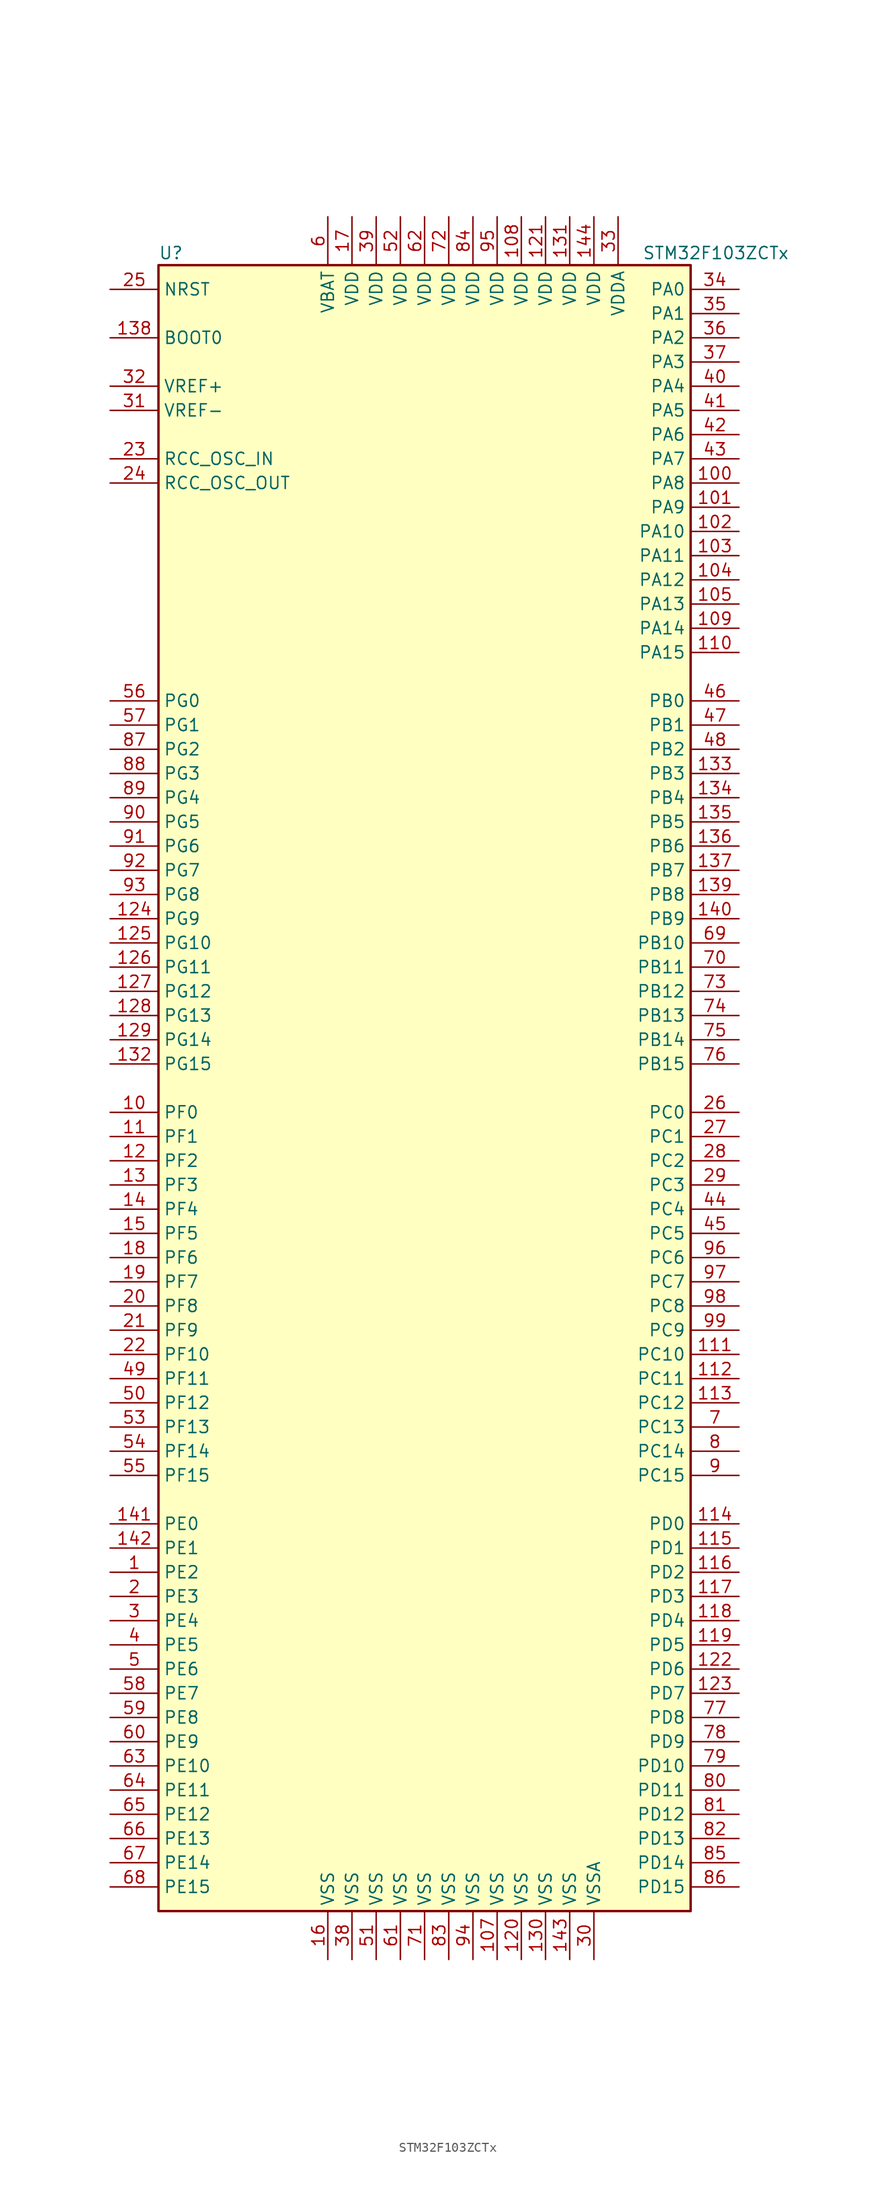
<source format=kicad_sym>
(kicad_symbol_lib
  (version 20201005)
  (generator kicad_symbol_editor)
  (symbol "STM32F103ZCTx"
    (property "Reference" "U"
      (at -27.94 87.63 0)
      (effects (font (size 1.27 1.27)) (justify left)))
    (property "Value" "STM32F103ZCTx"
      (at 22.86 87.63 0)
      (effects (font (size 1.27 1.27)) (justify left)))
    (symbol "STM32F103ZCTx_0_1"
      (rectangle (start -27.94 -86.36) (end 27.94 86.36) (stroke (width 0.254)) (fill (type background))))
    (symbol "STM32F103ZCTx_1_1"
      (pin input line (at -33.02 78.74 0) (length 5.08) (name "BOOT0" (effects (font (size 1.27 1.27)))) (number "138" (effects (font (size 1.27 1.27)))))
      (pin no_connect line (at -27.94 -83.82 0) (length 5.08) hide (name "NC" (effects (font (size 1.27 1.27)))) (number "106" (effects (font (size 1.27 1.27)))))
      (pin input line (at -33.02 83.82 0) (length 5.08) (name "NRST" (effects (font (size 1.27 1.27)))) (number "25" (effects (font (size 1.27 1.27)))))
      (pin bidirectional line (at 33.02 83.82 180) (length 5.08) (name "PA0" (effects (font (size 1.27 1.27)))) (number "34" (effects (font (size 1.27 1.27)))))
      (pin bidirectional line (at 33.02 81.28 180) (length 5.08) (name "PA1" (effects (font (size 1.27 1.27)))) (number "35" (effects (font (size 1.27 1.27)))))
      (pin bidirectional line (at 33.02 58.42 180) (length 5.08) (name "PA10" (effects (font (size 1.27 1.27)))) (number "102" (effects (font (size 1.27 1.27)))))
      (pin bidirectional line (at 33.02 55.88 180) (length 5.08) (name "PA11" (effects (font (size 1.27 1.27)))) (number "103" (effects (font (size 1.27 1.27)))))
      (pin bidirectional line (at 33.02 53.34 180) (length 5.08) (name "PA12" (effects (font (size 1.27 1.27)))) (number "104" (effects (font (size 1.27 1.27)))))
      (pin bidirectional line (at 33.02 50.8 180) (length 5.08) (name "PA13" (effects (font (size 1.27 1.27)))) (number "105" (effects (font (size 1.27 1.27)))))
      (pin bidirectional line (at 33.02 48.26 180) (length 5.08) (name "PA14" (effects (font (size 1.27 1.27)))) (number "109" (effects (font (size 1.27 1.27)))))
      (pin bidirectional line (at 33.02 45.72 180) (length 5.08) (name "PA15" (effects (font (size 1.27 1.27)))) (number "110" (effects (font (size 1.27 1.27)))))
      (pin bidirectional line (at 33.02 78.74 180) (length 5.08) (name "PA2" (effects (font (size 1.27 1.27)))) (number "36" (effects (font (size 1.27 1.27)))))
      (pin bidirectional line (at 33.02 76.2 180) (length 5.08) (name "PA3" (effects (font (size 1.27 1.27)))) (number "37" (effects (font (size 1.27 1.27)))))
      (pin bidirectional line (at 33.02 73.66 180) (length 5.08) (name "PA4" (effects (font (size 1.27 1.27)))) (number "40" (effects (font (size 1.27 1.27)))))
      (pin bidirectional line (at 33.02 71.12 180) (length 5.08) (name "PA5" (effects (font (size 1.27 1.27)))) (number "41" (effects (font (size 1.27 1.27)))))
      (pin bidirectional line (at 33.02 68.58 180) (length 5.08) (name "PA6" (effects (font (size 1.27 1.27)))) (number "42" (effects (font (size 1.27 1.27)))))
      (pin bidirectional line (at 33.02 66.04 180) (length 5.08) (name "PA7" (effects (font (size 1.27 1.27)))) (number "43" (effects (font (size 1.27 1.27)))))
      (pin bidirectional line (at 33.02 63.5 180) (length 5.08) (name "PA8" (effects (font (size 1.27 1.27)))) (number "100" (effects (font (size 1.27 1.27)))))
      (pin bidirectional line (at 33.02 60.96 180) (length 5.08) (name "PA9" (effects (font (size 1.27 1.27)))) (number "101" (effects (font (size 1.27 1.27)))))
      (pin bidirectional line (at 33.02 40.64 180) (length 5.08) (name "PB0" (effects (font (size 1.27 1.27)))) (number "46" (effects (font (size 1.27 1.27)))))
      (pin bidirectional line (at 33.02 38.1 180) (length 5.08) (name "PB1" (effects (font (size 1.27 1.27)))) (number "47" (effects (font (size 1.27 1.27)))))
      (pin bidirectional line (at 33.02 15.24 180) (length 5.08) (name "PB10" (effects (font (size 1.27 1.27)))) (number "69" (effects (font (size 1.27 1.27)))))
      (pin bidirectional line (at 33.02 12.7 180) (length 5.08) (name "PB11" (effects (font (size 1.27 1.27)))) (number "70" (effects (font (size 1.27 1.27)))))
      (pin bidirectional line (at 33.02 10.16 180) (length 5.08) (name "PB12" (effects (font (size 1.27 1.27)))) (number "73" (effects (font (size 1.27 1.27)))))
      (pin bidirectional line (at 33.02 7.62 180) (length 5.08) (name "PB13" (effects (font (size 1.27 1.27)))) (number "74" (effects (font (size 1.27 1.27)))))
      (pin bidirectional line (at 33.02 5.08 180) (length 5.08) (name "PB14" (effects (font (size 1.27 1.27)))) (number "75" (effects (font (size 1.27 1.27)))))
      (pin bidirectional line (at 33.02 2.54 180) (length 5.08) (name "PB15" (effects (font (size 1.27 1.27)))) (number "76" (effects (font (size 1.27 1.27)))))
      (pin bidirectional line (at 33.02 35.56 180) (length 5.08) (name "PB2" (effects (font (size 1.27 1.27)))) (number "48" (effects (font (size 1.27 1.27)))))
      (pin bidirectional line (at 33.02 33.02 180) (length 5.08) (name "PB3" (effects (font (size 1.27 1.27)))) (number "133" (effects (font (size 1.27 1.27)))))
      (pin bidirectional line (at 33.02 30.48 180) (length 5.08) (name "PB4" (effects (font (size 1.27 1.27)))) (number "134" (effects (font (size 1.27 1.27)))))
      (pin bidirectional line (at 33.02 27.94 180) (length 5.08) (name "PB5" (effects (font (size 1.27 1.27)))) (number "135" (effects (font (size 1.27 1.27)))))
      (pin bidirectional line (at 33.02 25.4 180) (length 5.08) (name "PB6" (effects (font (size 1.27 1.27)))) (number "136" (effects (font (size 1.27 1.27)))))
      (pin bidirectional line (at 33.02 22.86 180) (length 5.08) (name "PB7" (effects (font (size 1.27 1.27)))) (number "137" (effects (font (size 1.27 1.27)))))
      (pin bidirectional line (at 33.02 20.32 180) (length 5.08) (name "PB8" (effects (font (size 1.27 1.27)))) (number "139" (effects (font (size 1.27 1.27)))))
      (pin bidirectional line (at 33.02 17.78 180) (length 5.08) (name "PB9" (effects (font (size 1.27 1.27)))) (number "140" (effects (font (size 1.27 1.27)))))
      (pin bidirectional line (at 33.02 -2.54 180) (length 5.08) (name "PC0" (effects (font (size 1.27 1.27)))) (number "26" (effects (font (size 1.27 1.27)))))
      (pin bidirectional line (at 33.02 -5.08 180) (length 5.08) (name "PC1" (effects (font (size 1.27 1.27)))) (number "27" (effects (font (size 1.27 1.27)))))
      (pin bidirectional line (at 33.02 -27.94 180) (length 5.08) (name "PC10" (effects (font (size 1.27 1.27)))) (number "111" (effects (font (size 1.27 1.27)))))
      (pin bidirectional line (at 33.02 -30.48 180) (length 5.08) (name "PC11" (effects (font (size 1.27 1.27)))) (number "112" (effects (font (size 1.27 1.27)))))
      (pin bidirectional line (at 33.02 -33.02 180) (length 5.08) (name "PC12" (effects (font (size 1.27 1.27)))) (number "113" (effects (font (size 1.27 1.27)))))
      (pin bidirectional line (at 33.02 -35.56 180) (length 5.08) (name "PC13" (effects (font (size 1.27 1.27)))) (number "7" (effects (font (size 1.27 1.27)))))
      (pin bidirectional line (at 33.02 -38.1 180) (length 5.08) (name "PC14" (effects (font (size 1.27 1.27)))) (number "8" (effects (font (size 1.27 1.27)))))
      (pin bidirectional line (at 33.02 -40.64 180) (length 5.08) (name "PC15" (effects (font (size 1.27 1.27)))) (number "9" (effects (font (size 1.27 1.27)))))
      (pin bidirectional line (at 33.02 -7.62 180) (length 5.08) (name "PC2" (effects (font (size 1.27 1.27)))) (number "28" (effects (font (size 1.27 1.27)))))
      (pin bidirectional line (at 33.02 -10.16 180) (length 5.08) (name "PC3" (effects (font (size 1.27 1.27)))) (number "29" (effects (font (size 1.27 1.27)))))
      (pin bidirectional line (at 33.02 -12.7 180) (length 5.08) (name "PC4" (effects (font (size 1.27 1.27)))) (number "44" (effects (font (size 1.27 1.27)))))
      (pin bidirectional line (at 33.02 -15.24 180) (length 5.08) (name "PC5" (effects (font (size 1.27 1.27)))) (number "45" (effects (font (size 1.27 1.27)))))
      (pin bidirectional line (at 33.02 -17.78 180) (length 5.08) (name "PC6" (effects (font (size 1.27 1.27)))) (number "96" (effects (font (size 1.27 1.27)))))
      (pin bidirectional line (at 33.02 -20.32 180) (length 5.08) (name "PC7" (effects (font (size 1.27 1.27)))) (number "97" (effects (font (size 1.27 1.27)))))
      (pin bidirectional line (at 33.02 -22.86 180) (length 5.08) (name "PC8" (effects (font (size 1.27 1.27)))) (number "98" (effects (font (size 1.27 1.27)))))
      (pin bidirectional line (at 33.02 -25.4 180) (length 5.08) (name "PC9" (effects (font (size 1.27 1.27)))) (number "99" (effects (font (size 1.27 1.27)))))
      (pin bidirectional line (at 33.02 -45.72 180) (length 5.08) (name "PD0" (effects (font (size 1.27 1.27)))) (number "114" (effects (font (size 1.27 1.27)))))
      (pin bidirectional line (at 33.02 -48.26 180) (length 5.08) (name "PD1" (effects (font (size 1.27 1.27)))) (number "115" (effects (font (size 1.27 1.27)))))
      (pin bidirectional line (at 33.02 -71.12 180) (length 5.08) (name "PD10" (effects (font (size 1.27 1.27)))) (number "79" (effects (font (size 1.27 1.27)))))
      (pin bidirectional line (at 33.02 -73.66 180) (length 5.08) (name "PD11" (effects (font (size 1.27 1.27)))) (number "80" (effects (font (size 1.27 1.27)))))
      (pin bidirectional line (at 33.02 -76.2 180) (length 5.08) (name "PD12" (effects (font (size 1.27 1.27)))) (number "81" (effects (font (size 1.27 1.27)))))
      (pin bidirectional line (at 33.02 -78.74 180) (length 5.08) (name "PD13" (effects (font (size 1.27 1.27)))) (number "82" (effects (font (size 1.27 1.27)))))
      (pin bidirectional line (at 33.02 -81.28 180) (length 5.08) (name "PD14" (effects (font (size 1.27 1.27)))) (number "85" (effects (font (size 1.27 1.27)))))
      (pin bidirectional line (at 33.02 -83.82 180) (length 5.08) (name "PD15" (effects (font (size 1.27 1.27)))) (number "86" (effects (font (size 1.27 1.27)))))
      (pin bidirectional line (at 33.02 -50.8 180) (length 5.08) (name "PD2" (effects (font (size 1.27 1.27)))) (number "116" (effects (font (size 1.27 1.27)))))
      (pin bidirectional line (at 33.02 -53.34 180) (length 5.08) (name "PD3" (effects (font (size 1.27 1.27)))) (number "117" (effects (font (size 1.27 1.27)))))
      (pin bidirectional line (at 33.02 -55.88 180) (length 5.08) (name "PD4" (effects (font (size 1.27 1.27)))) (number "118" (effects (font (size 1.27 1.27)))))
      (pin bidirectional line (at 33.02 -58.42 180) (length 5.08) (name "PD5" (effects (font (size 1.27 1.27)))) (number "119" (effects (font (size 1.27 1.27)))))
      (pin bidirectional line (at 33.02 -60.96 180) (length 5.08) (name "PD6" (effects (font (size 1.27 1.27)))) (number "122" (effects (font (size 1.27 1.27)))))
      (pin bidirectional line (at 33.02 -63.5 180) (length 5.08) (name "PD7" (effects (font (size 1.27 1.27)))) (number "123" (effects (font (size 1.27 1.27)))))
      (pin bidirectional line (at 33.02 -66.04 180) (length 5.08) (name "PD8" (effects (font (size 1.27 1.27)))) (number "77" (effects (font (size 1.27 1.27)))))
      (pin bidirectional line (at 33.02 -68.58 180) (length 5.08) (name "PD9" (effects (font (size 1.27 1.27)))) (number "78" (effects (font (size 1.27 1.27)))))
      (pin bidirectional line (at -33.02 -45.72 0) (length 5.08) (name "PE0" (effects (font (size 1.27 1.27)))) (number "141" (effects (font (size 1.27 1.27)))))
      (pin bidirectional line (at -33.02 -48.26 0) (length 5.08) (name "PE1" (effects (font (size 1.27 1.27)))) (number "142" (effects (font (size 1.27 1.27)))))
      (pin bidirectional line (at -33.02 -71.12 0) (length 5.08) (name "PE10" (effects (font (size 1.27 1.27)))) (number "63" (effects (font (size 1.27 1.27)))))
      (pin bidirectional line (at -33.02 -73.66 0) (length 5.08) (name "PE11" (effects (font (size 1.27 1.27)))) (number "64" (effects (font (size 1.27 1.27)))))
      (pin bidirectional line (at -33.02 -76.2 0) (length 5.08) (name "PE12" (effects (font (size 1.27 1.27)))) (number "65" (effects (font (size 1.27 1.27)))))
      (pin bidirectional line (at -33.02 -78.74 0) (length 5.08) (name "PE13" (effects (font (size 1.27 1.27)))) (number "66" (effects (font (size 1.27 1.27)))))
      (pin bidirectional line (at -33.02 -81.28 0) (length 5.08) (name "PE14" (effects (font (size 1.27 1.27)))) (number "67" (effects (font (size 1.27 1.27)))))
      (pin bidirectional line (at -33.02 -83.82 0) (length 5.08) (name "PE15" (effects (font (size 1.27 1.27)))) (number "68" (effects (font (size 1.27 1.27)))))
      (pin bidirectional line (at -33.02 -50.8 0) (length 5.08) (name "PE2" (effects (font (size 1.27 1.27)))) (number "1" (effects (font (size 1.27 1.27)))))
      (pin bidirectional line (at -33.02 -53.34 0) (length 5.08) (name "PE3" (effects (font (size 1.27 1.27)))) (number "2" (effects (font (size 1.27 1.27)))))
      (pin bidirectional line (at -33.02 -55.88 0) (length 5.08) (name "PE4" (effects (font (size 1.27 1.27)))) (number "3" (effects (font (size 1.27 1.27)))))
      (pin bidirectional line (at -33.02 -58.42 0) (length 5.08) (name "PE5" (effects (font (size 1.27 1.27)))) (number "4" (effects (font (size 1.27 1.27)))))
      (pin bidirectional line (at -33.02 -60.96 0) (length 5.08) (name "PE6" (effects (font (size 1.27 1.27)))) (number "5" (effects (font (size 1.27 1.27)))))
      (pin bidirectional line (at -33.02 -63.5 0) (length 5.08) (name "PE7" (effects (font (size 1.27 1.27)))) (number "58" (effects (font (size 1.27 1.27)))))
      (pin bidirectional line (at -33.02 -66.04 0) (length 5.08) (name "PE8" (effects (font (size 1.27 1.27)))) (number "59" (effects (font (size 1.27 1.27)))))
      (pin bidirectional line (at -33.02 -68.58 0) (length 5.08) (name "PE9" (effects (font (size 1.27 1.27)))) (number "60" (effects (font (size 1.27 1.27)))))
      (pin bidirectional line (at -33.02 -2.54 0) (length 5.08) (name "PF0" (effects (font (size 1.27 1.27)))) (number "10" (effects (font (size 1.27 1.27)))))
      (pin bidirectional line (at -33.02 -5.08 0) (length 5.08) (name "PF1" (effects (font (size 1.27 1.27)))) (number "11" (effects (font (size 1.27 1.27)))))
      (pin bidirectional line (at -33.02 -27.94 0) (length 5.08) (name "PF10" (effects (font (size 1.27 1.27)))) (number "22" (effects (font (size 1.27 1.27)))))
      (pin bidirectional line (at -33.02 -30.48 0) (length 5.08) (name "PF11" (effects (font (size 1.27 1.27)))) (number "49" (effects (font (size 1.27 1.27)))))
      (pin bidirectional line (at -33.02 -33.02 0) (length 5.08) (name "PF12" (effects (font (size 1.27 1.27)))) (number "50" (effects (font (size 1.27 1.27)))))
      (pin bidirectional line (at -33.02 -35.56 0) (length 5.08) (name "PF13" (effects (font (size 1.27 1.27)))) (number "53" (effects (font (size 1.27 1.27)))))
      (pin bidirectional line (at -33.02 -38.1 0) (length 5.08) (name "PF14" (effects (font (size 1.27 1.27)))) (number "54" (effects (font (size 1.27 1.27)))))
      (pin bidirectional line (at -33.02 -40.64 0) (length 5.08) (name "PF15" (effects (font (size 1.27 1.27)))) (number "55" (effects (font (size 1.27 1.27)))))
      (pin bidirectional line (at -33.02 -7.62 0) (length 5.08) (name "PF2" (effects (font (size 1.27 1.27)))) (number "12" (effects (font (size 1.27 1.27)))))
      (pin bidirectional line (at -33.02 -10.16 0) (length 5.08) (name "PF3" (effects (font (size 1.27 1.27)))) (number "13" (effects (font (size 1.27 1.27)))))
      (pin bidirectional line (at -33.02 -12.7 0) (length 5.08) (name "PF4" (effects (font (size 1.27 1.27)))) (number "14" (effects (font (size 1.27 1.27)))))
      (pin bidirectional line (at -33.02 -15.24 0) (length 5.08) (name "PF5" (effects (font (size 1.27 1.27)))) (number "15" (effects (font (size 1.27 1.27)))))
      (pin bidirectional line (at -33.02 -17.78 0) (length 5.08) (name "PF6" (effects (font (size 1.27 1.27)))) (number "18" (effects (font (size 1.27 1.27)))))
      (pin bidirectional line (at -33.02 -20.32 0) (length 5.08) (name "PF7" (effects (font (size 1.27 1.27)))) (number "19" (effects (font (size 1.27 1.27)))))
      (pin bidirectional line (at -33.02 -22.86 0) (length 5.08) (name "PF8" (effects (font (size 1.27 1.27)))) (number "20" (effects (font (size 1.27 1.27)))))
      (pin bidirectional line (at -33.02 -25.4 0) (length 5.08) (name "PF9" (effects (font (size 1.27 1.27)))) (number "21" (effects (font (size 1.27 1.27)))))
      (pin bidirectional line (at -33.02 40.64 0) (length 5.08) (name "PG0" (effects (font (size 1.27 1.27)))) (number "56" (effects (font (size 1.27 1.27)))))
      (pin bidirectional line (at -33.02 38.1 0) (length 5.08) (name "PG1" (effects (font (size 1.27 1.27)))) (number "57" (effects (font (size 1.27 1.27)))))
      (pin bidirectional line (at -33.02 15.24 0) (length 5.08) (name "PG10" (effects (font (size 1.27 1.27)))) (number "125" (effects (font (size 1.27 1.27)))))
      (pin bidirectional line (at -33.02 12.7 0) (length 5.08) (name "PG11" (effects (font (size 1.27 1.27)))) (number "126" (effects (font (size 1.27 1.27)))))
      (pin bidirectional line (at -33.02 10.16 0) (length 5.08) (name "PG12" (effects (font (size 1.27 1.27)))) (number "127" (effects (font (size 1.27 1.27)))))
      (pin bidirectional line (at -33.02 7.62 0) (length 5.08) (name "PG13" (effects (font (size 1.27 1.27)))) (number "128" (effects (font (size 1.27 1.27)))))
      (pin bidirectional line (at -33.02 5.08 0) (length 5.08) (name "PG14" (effects (font (size 1.27 1.27)))) (number "129" (effects (font (size 1.27 1.27)))))
      (pin bidirectional line (at -33.02 2.54 0) (length 5.08) (name "PG15" (effects (font (size 1.27 1.27)))) (number "132" (effects (font (size 1.27 1.27)))))
      (pin bidirectional line (at -33.02 35.56 0) (length 5.08) (name "PG2" (effects (font (size 1.27 1.27)))) (number "87" (effects (font (size 1.27 1.27)))))
      (pin bidirectional line (at -33.02 33.02 0) (length 5.08) (name "PG3" (effects (font (size 1.27 1.27)))) (number "88" (effects (font (size 1.27 1.27)))))
      (pin bidirectional line (at -33.02 30.48 0) (length 5.08) (name "PG4" (effects (font (size 1.27 1.27)))) (number "89" (effects (font (size 1.27 1.27)))))
      (pin bidirectional line (at -33.02 27.94 0) (length 5.08) (name "PG5" (effects (font (size 1.27 1.27)))) (number "90" (effects (font (size 1.27 1.27)))))
      (pin bidirectional line (at -33.02 25.4 0) (length 5.08) (name "PG6" (effects (font (size 1.27 1.27)))) (number "91" (effects (font (size 1.27 1.27)))))
      (pin bidirectional line (at -33.02 22.86 0) (length 5.08) (name "PG7" (effects (font (size 1.27 1.27)))) (number "92" (effects (font (size 1.27 1.27)))))
      (pin bidirectional line (at -33.02 20.32 0) (length 5.08) (name "PG8" (effects (font (size 1.27 1.27)))) (number "93" (effects (font (size 1.27 1.27)))))
      (pin bidirectional line (at -33.02 17.78 0) (length 5.08) (name "PG9" (effects (font (size 1.27 1.27)))) (number "124" (effects (font (size 1.27 1.27)))))
      (pin input line (at -33.02 66.04 0) (length 5.08) (name "RCC_OSC_IN" (effects (font (size 1.27 1.27)))) (number "23" (effects (font (size 1.27 1.27)))))
      (pin input line (at -33.02 63.5 0) (length 5.08) (name "RCC_OSC_OUT" (effects (font (size 1.27 1.27)))) (number "24" (effects (font (size 1.27 1.27)))))
      (pin power_in line (at -10.16 91.44 270) (length 5.08) (name "VBAT" (effects (font (size 1.27 1.27)))) (number "6" (effects (font (size 1.27 1.27)))))
      (pin power_in line (at 10.16 91.44 270) (length 5.08) (name "VDD" (effects (font (size 1.27 1.27)))) (number "108" (effects (font (size 1.27 1.27)))))
      (pin power_in line (at 12.7 91.44 270) (length 5.08) (name "VDD" (effects (font (size 1.27 1.27)))) (number "121" (effects (font (size 1.27 1.27)))))
      (pin power_in line (at 15.24 91.44 270) (length 5.08) (name "VDD" (effects (font (size 1.27 1.27)))) (number "131" (effects (font (size 1.27 1.27)))))
      (pin power_in line (at 17.78 91.44 270) (length 5.08) (name "VDD" (effects (font (size 1.27 1.27)))) (number "144" (effects (font (size 1.27 1.27)))))
      (pin power_in line (at -7.62 91.44 270) (length 5.08) (name "VDD" (effects (font (size 1.27 1.27)))) (number "17" (effects (font (size 1.27 1.27)))))
      (pin power_in line (at -5.08 91.44 270) (length 5.08) (name "VDD" (effects (font (size 1.27 1.27)))) (number "39" (effects (font (size 1.27 1.27)))))
      (pin power_in line (at -2.54 91.44 270) (length 5.08) (name "VDD" (effects (font (size 1.27 1.27)))) (number "52" (effects (font (size 1.27 1.27)))))
      (pin power_in line (at 0 91.44 270) (length 5.08) (name "VDD" (effects (font (size 1.27 1.27)))) (number "62" (effects (font (size 1.27 1.27)))))
      (pin power_in line (at 2.54 91.44 270) (length 5.08) (name "VDD" (effects (font (size 1.27 1.27)))) (number "72" (effects (font (size 1.27 1.27)))))
      (pin power_in line (at 5.08 91.44 270) (length 5.08) (name "VDD" (effects (font (size 1.27 1.27)))) (number "84" (effects (font (size 1.27 1.27)))))
      (pin power_in line (at 7.62 91.44 270) (length 5.08) (name "VDD" (effects (font (size 1.27 1.27)))) (number "95" (effects (font (size 1.27 1.27)))))
      (pin power_in line (at 20.32 91.44 270) (length 5.08) (name "VDDA" (effects (font (size 1.27 1.27)))) (number "33" (effects (font (size 1.27 1.27)))))
      (pin power_in line (at -33.02 73.66 0) (length 5.08) (name "VREF+" (effects (font (size 1.27 1.27)))) (number "32" (effects (font (size 1.27 1.27)))))
      (pin power_in line (at -33.02 71.12 0) (length 5.08) (name "VREF-" (effects (font (size 1.27 1.27)))) (number "31" (effects (font (size 1.27 1.27)))))
      (pin power_in line (at 7.62 -91.44 90) (length 5.08) (name "VSS" (effects (font (size 1.27 1.27)))) (number "107" (effects (font (size 1.27 1.27)))))
      (pin power_in line (at 10.16 -91.44 90) (length 5.08) (name "VSS" (effects (font (size 1.27 1.27)))) (number "120" (effects (font (size 1.27 1.27)))))
      (pin power_in line (at 12.7 -91.44 90) (length 5.08) (name "VSS" (effects (font (size 1.27 1.27)))) (number "130" (effects (font (size 1.27 1.27)))))
      (pin power_in line (at 15.24 -91.44 90) (length 5.08) (name "VSS" (effects (font (size 1.27 1.27)))) (number "143" (effects (font (size 1.27 1.27)))))
      (pin power_in line (at -10.16 -91.44 90) (length 5.08) (name "VSS" (effects (font (size 1.27 1.27)))) (number "16" (effects (font (size 1.27 1.27)))))
      (pin power_in line (at -7.62 -91.44 90) (length 5.08) (name "VSS" (effects (font (size 1.27 1.27)))) (number "38" (effects (font (size 1.27 1.27)))))
      (pin power_in line (at -5.08 -91.44 90) (length 5.08) (name "VSS" (effects (font (size 1.27 1.27)))) (number "51" (effects (font (size 1.27 1.27)))))
      (pin power_in line (at -2.54 -91.44 90) (length 5.08) (name "VSS" (effects (font (size 1.27 1.27)))) (number "61" (effects (font (size 1.27 1.27)))))
      (pin power_in line (at 0 -91.44 90) (length 5.08) (name "VSS" (effects (font (size 1.27 1.27)))) (number "71" (effects (font (size 1.27 1.27)))))
      (pin power_in line (at 2.54 -91.44 90) (length 5.08) (name "VSS" (effects (font (size 1.27 1.27)))) (number "83" (effects (font (size 1.27 1.27)))))
      (pin power_in line (at 5.08 -91.44 90) (length 5.08) (name "VSS" (effects (font (size 1.27 1.27)))) (number "94" (effects (font (size 1.27 1.27)))))
      (pin power_in line (at 17.78 -91.44 90) (length 5.08) (name "VSSA" (effects (font (size 1.27 1.27)))) (number "30" (effects (font (size 1.27 1.27))))))))
</source>
